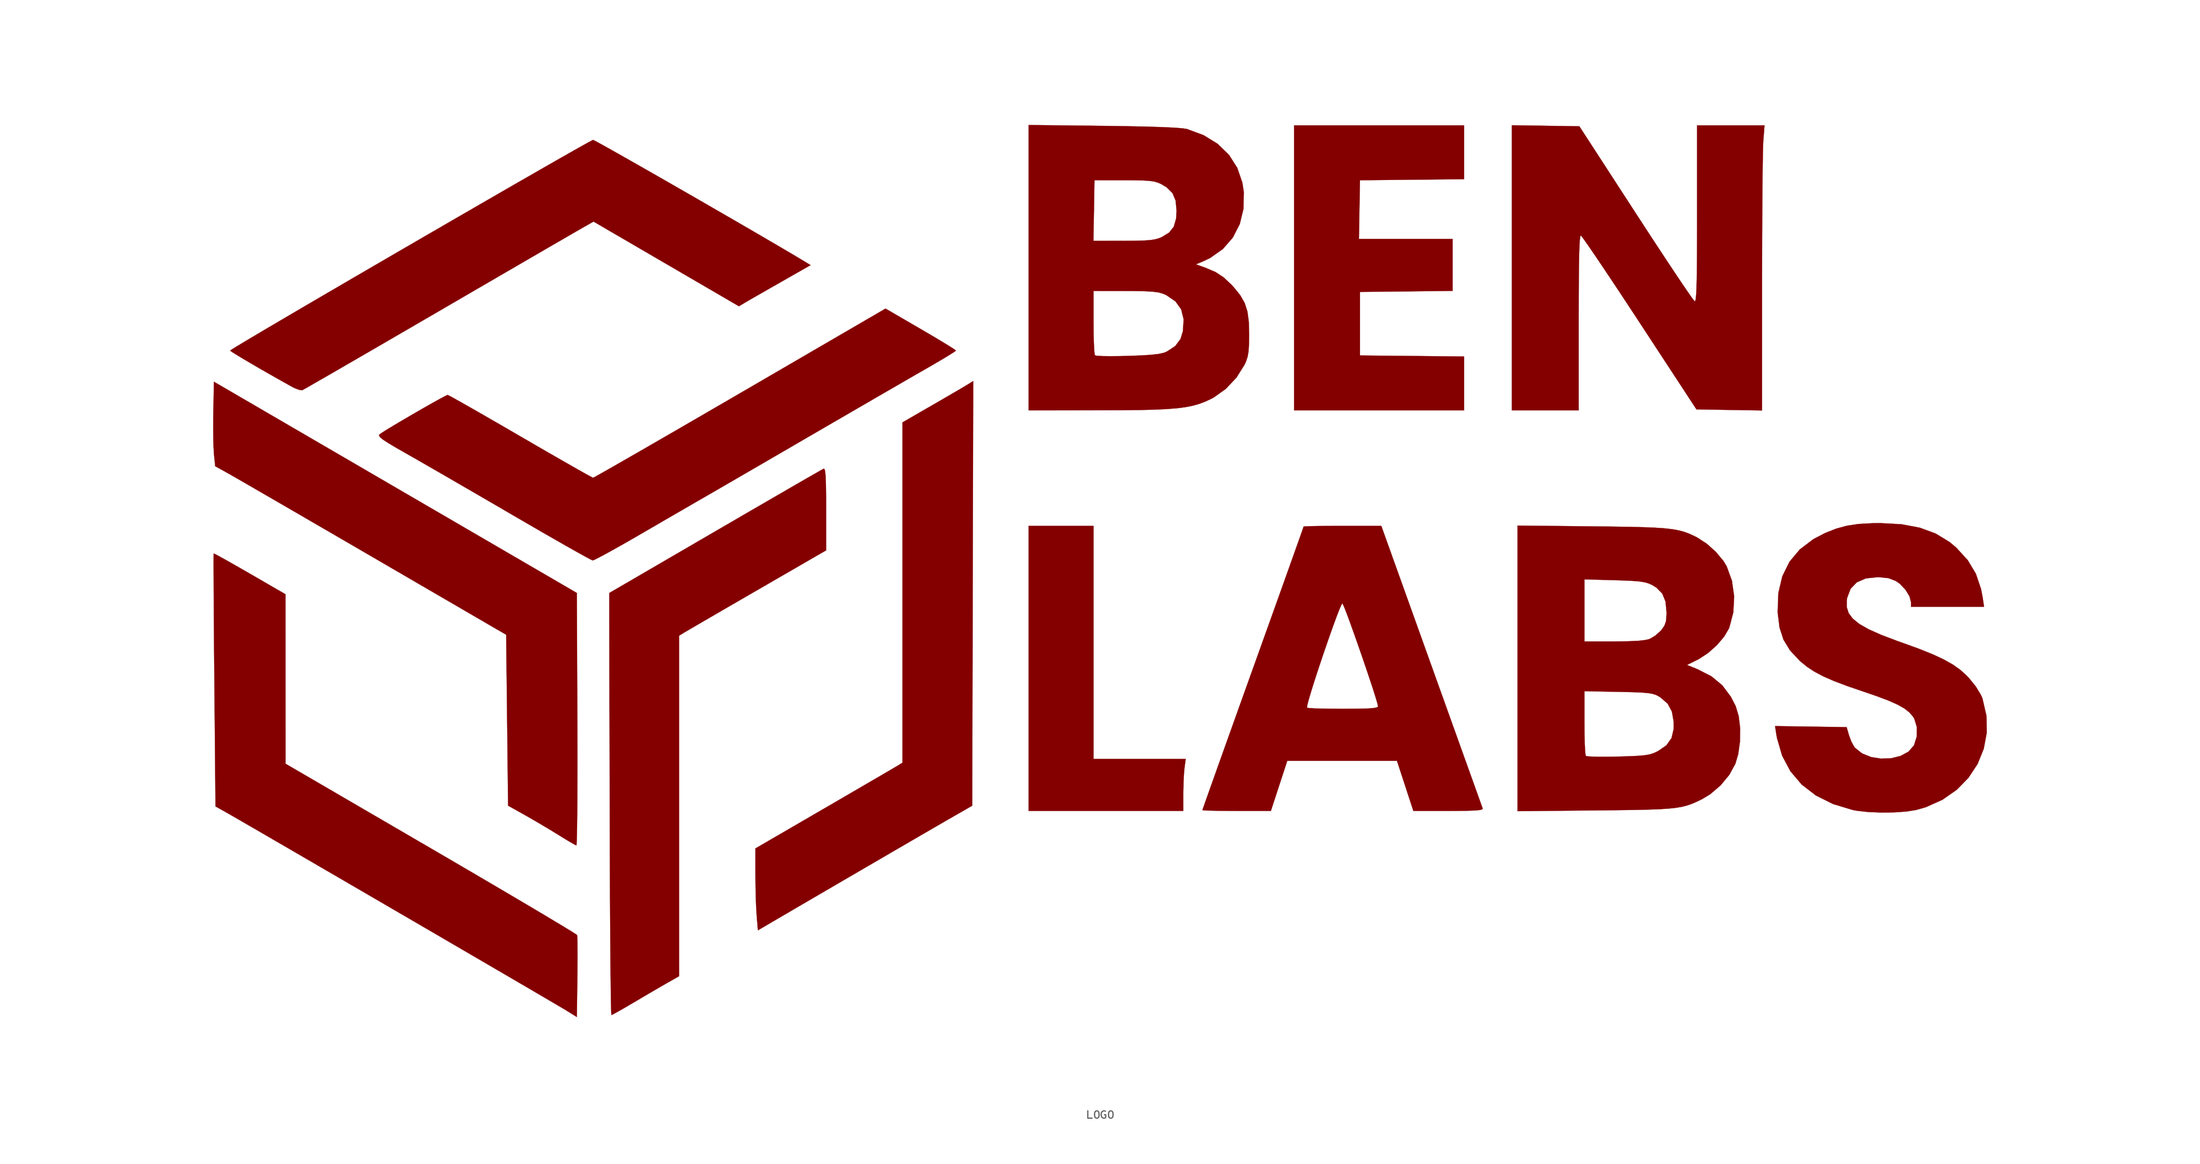
<source format=kicad_sym>
(kicad_symbol_lib
  (version 20220914)
  (generator bitmap2component)
  (symbol "LOGO"
    (pin_names
      (offset 1.016))
    (property "Reference" "#G"
      (at 0 92.785 0)
      (effects (font (size 1.27 1.27)) hide))
    (symbol "LOGO_0_0"
      (polyline (pts (xy -56.825 -51.51) (xy -56.821 -51.145) (xy -56.81 -49.824) (xy -56.808 -48.663) (xy -56.816 -47.73) (xy -56.831 -47.092) (xy -56.854 -46.816) (xy -57.007 -46.704) (xy -57.504 -46.389) (xy -58.322 -45.888) (xy -59.433 -45.219) (xy -60.811 -44.396) (xy -62.429 -43.436) (xy -64.26 -42.354) (xy -66.278 -41.166) (xy -68.457 -39.888) (xy -70.768 -38.535) (xy -73.187 -37.124) (xy -89.434 -27.661) (xy -89.437 -18.189) (xy -89.44 -8.718) (xy -93.428 -6.411) (xy -93.898 -6.139) (xy -95.026 -5.493) (xy -96.001 -4.941) (xy -96.769 -4.514) (xy -97.275 -4.242) (xy -97.467 -4.155) (xy -97.47 -4.194) (xy -97.475 -4.576) (xy -97.477 -5.338) (xy -97.474 -6.445) (xy -97.468 -7.861) (xy -97.459 -9.55) (xy -97.446 -11.476) (xy -97.43 -13.603) (xy -97.412 -15.897) (xy -97.391 -18.32) (xy -97.264 -32.433) (xy -96.177 -33.04) (xy -96.048 -33.113) (xy -95.479 -33.438) (xy -94.593 -33.949) (xy -93.421 -34.627) (xy -91.995 -35.454) (xy -90.345 -36.411) (xy -88.504 -37.481) (xy -86.501 -38.645) (xy -84.369 -39.885) (xy -82.138 -41.182) (xy -79.84 -42.52) (xy -77.506 -43.879) (xy -75.168 -45.241) (xy -72.855 -46.588) (xy -70.601 -47.903) (xy -68.435 -49.166) (xy -66.39 -50.359) (xy -64.496 -51.465) (xy -62.784 -52.466) (xy -61.286 -53.342) (xy -60.033 -54.076) (xy -59.057 -54.65) (xy -58.388 -55.045) (xy -58.057 -55.243) (xy -56.883 -55.975) (xy -56.825 -51.51)) (stroke (width 0.01) (type default)) (fill (type outline)))
      (polyline (pts (xy -52.995 -55.744) (xy -52.692 -55.591) (xy -52.111 -55.269) (xy -51.325 -54.818) (xy -50.404 -54.277) (xy -50.371 -54.257) (xy -49.316 -53.634) (xy -48.272 -53.022) (xy -47.357 -52.49) (xy -46.691 -52.108) (xy -45.464 -51.414) (xy -45.464 -32.385) (xy -45.464 -13.356) (xy -44.984 -13.057) (xy -44.897 -13.004) (xy -44.456 -12.745) (xy -43.706 -12.308) (xy -42.688 -11.715) (xy -41.444 -10.992) (xy -40.014 -10.163) (xy -38.441 -9.252) (xy -36.766 -8.283) (xy -29.029 -3.809) (xy -29.029 0.809) (xy -29.029 0.889) (xy -29.034 2.453) (xy -29.052 3.631) (xy -29.085 4.464) (xy -29.134 4.996) (xy -29.204 5.267) (xy -29.295 5.321) (xy -29.323 5.307) (xy -29.647 5.127) (xy -30.301 4.754) (xy -31.251 4.208) (xy -32.467 3.508) (xy -33.916 2.67) (xy -35.566 1.714) (xy -37.386 0.658) (xy -39.344 -0.479) (xy -41.408 -1.679) (xy -53.255 -8.573) (xy -53.252 -12.896) (xy -53.252 -13.48) (xy -53.25 -14.637) (xy -53.247 -16.156) (xy -53.243 -17.996) (xy -53.239 -20.116) (xy -53.233 -22.478) (xy -53.227 -25.04) (xy -53.221 -27.762) (xy -53.214 -30.604) (xy -53.206 -33.525) (xy -53.199 -36.486) (xy -53.19 -39.302) (xy -53.179 -42.016) (xy -53.165 -44.574) (xy -53.15 -46.945) (xy -53.134 -49.098) (xy -53.116 -51.004) (xy -53.097 -52.632) (xy -53.078 -53.951) (xy -53.058 -54.93) (xy -53.038 -55.541) (xy -53.019 -55.751) (xy -52.995 -55.744)) (stroke (width 0.01) (type default)) (fill (type outline)))
      (polyline (pts (xy -35.774 -45.769) (xy -35.037 -45.337) (xy -33.822 -44.626) (xy -32.376 -43.782) (xy -30.75 -42.832) (xy -28.994 -41.808) (xy -27.159 -40.738) (xy -25.293 -39.65) (xy -23.446 -38.575) (xy -21.67 -37.541) (xy -20.013 -36.577) (xy -18.526 -35.712) (xy -17.258 -34.976) (xy -16.26 -34.398) (xy -15.582 -34.006) (xy -12.7 -32.349) (xy -12.646 -8.615) (xy -12.591 15.119) (xy -13.073 14.81) (xy -13.381 14.623) (xy -14.004 14.255) (xy -14.864 13.752) (xy -15.893 13.153) (xy -17.022 12.5) (xy -20.491 10.497) (xy -20.491 -8.523) (xy -20.491 -27.543) (xy -20.971 -27.839) (xy -21.059 -27.892) (xy -21.5 -28.152) (xy -22.251 -28.592) (xy -23.269 -29.186) (xy -24.514 -29.912) (xy -25.943 -30.744) (xy -27.515 -31.659) (xy -29.189 -32.632) (xy -36.926 -37.127) (xy -36.926 -40.057) (xy -36.926 -40.068) (xy -36.915 -41.333) (xy -36.885 -42.615) (xy -36.841 -43.766) (xy -36.788 -44.635) (xy -36.65 -46.283) (xy -35.774 -45.769)) (stroke (width 0.01) (type default)) (fill (type outline)))
      (polyline (pts (xy -56.924 -36.756) (xy -56.898 -36.383) (xy -56.875 -35.63) (xy -56.856 -34.532) (xy -56.841 -33.125) (xy -56.829 -31.444) (xy -56.822 -29.524) (xy -56.819 -27.402) (xy -56.821 -25.113) (xy -56.828 -22.691) (xy -56.883 -8.574) (xy -77.16 3.232) (xy -97.438 15.039) (xy -97.504 11.663) (xy -97.512 11.159) (xy -97.518 9.868) (xy -97.506 8.657) (xy -97.477 7.642) (xy -97.433 6.941) (xy -97.297 5.594) (xy -96.031 4.896) (xy -95.933 4.841) (xy -95.424 4.551) (xy -94.587 4.07) (xy -93.454 3.416) (xy -92.053 2.606) (xy -90.418 1.658) (xy -88.576 0.591) (xy -86.561 -0.579) (xy -84.401 -1.833) (xy -82.128 -3.154) (xy -79.772 -4.524) (xy -64.781 -13.245) (xy -64.674 -22.797) (xy -64.567 -32.349) (xy -62.646 -33.424) (xy -62.342 -33.596) (xy -61.186 -34.265) (xy -59.969 -34.988) (xy -58.911 -35.636) (xy -58.394 -35.957) (xy -57.689 -36.382) (xy -57.174 -36.676) (xy -56.935 -36.791) (xy -56.924 -36.756)) (stroke (width 0.01) (type default)) (fill (type outline)))
      (polyline (pts (xy 90.35 -33.098) (xy 91.708 -33.001) (xy 92.798 -32.825) (xy 93.872 -32.515) (xy 95.718 -31.688) (xy 97.313 -30.579) (xy 98.63 -29.232) (xy 99.647 -27.688) (xy 100.336 -25.988) (xy 100.674 -24.176) (xy 100.635 -22.292) (xy 100.195 -20.38) (xy 100.03 -19.986) (xy 99.462 -19.044) (xy 98.662 -18.057) (xy 98.451 -17.834) (xy 97.733 -17.182) (xy 96.893 -16.582) (xy 95.873 -16.006) (xy 94.613 -15.421) (xy 93.055 -14.797) (xy 91.141 -14.103) (xy 90.689 -13.944) (xy 88.907 -13.269) (xy 87.504 -12.645) (xy 86.447 -12.047) (xy 85.703 -11.45) (xy 85.24 -10.828) (xy 85.026 -10.156) (xy 85.026 -9.409) (xy 85.073 -9.115) (xy 85.459 -8.099) (xy 86.159 -7.375) (xy 87.171 -6.943) (xy 88.495 -6.804) (xy 88.599 -6.805) (xy 89.697 -6.92) (xy 90.522 -7.238) (xy 90.964 -7.556) (xy 91.59 -8.217) (xy 92.037 -8.948) (xy 92.208 -9.611) (xy 92.208 -10.117) (xy 96.288 -10.117) (xy 100.368 -10.117) (xy 100.216 -9.095) (xy 100.036 -8.142) (xy 99.459 -6.428) (xy 98.552 -4.915) (xy 97.269 -3.508) (xy 96.517 -2.878) (xy 94.974 -1.937) (xy 93.198 -1.28) (xy 91.151 -0.894) (xy 88.793 -0.765) (xy 87.89 -0.774) (xy 86.358 -0.859) (xy 85.056 -1.053) (xy 83.857 -1.379) (xy 82.635 -1.858) (xy 81.288 -2.559) (xy 79.774 -3.71) (xy 78.62 -5.092) (xy 77.825 -6.707) (xy 77.386 -8.557) (xy 77.305 -10.644) (xy 77.313 -10.814) (xy 77.513 -12.438) (xy 77.953 -13.793) (xy 78.68 -14.986) (xy 79.742 -16.125) (xy 79.861 -16.234) (xy 80.598 -16.835) (xy 81.423 -17.378) (xy 82.401 -17.895) (xy 83.597 -18.417) (xy 85.078 -18.976) (xy 86.909 -19.605) (xy 88.4 -20.116) (xy 89.717 -20.614) (xy 90.723 -21.063) (xy 91.473 -21.491) (xy 92.023 -21.925) (xy 92.427 -22.394) (xy 92.572 -22.633) (xy 92.859 -23.565) (xy 92.853 -24.602) (xy 92.547 -25.578) (xy 92.525 -25.62) (xy 91.926 -26.306) (xy 91.053 -26.783) (xy 90.002 -27.047) (xy 88.87 -27.093) (xy 87.752 -26.916) (xy 86.746 -26.513) (xy 85.948 -25.878) (xy 85.856 -25.759) (xy 85.543 -25.188) (xy 85.284 -24.503) (xy 85.011 -23.57) (xy 81.013 -23.512) (xy 77.015 -23.453) (xy 77.156 -24.373) (xy 77.225 -24.777) (xy 77.801 -26.758) (xy 78.725 -28.498) (xy 79.988 -29.985) (xy 81.578 -31.211) (xy 83.485 -32.163) (xy 85.698 -32.831) (xy 86.159 -32.918) (xy 87.425 -33.057) (xy 88.872 -33.117) (xy 90.35 -33.098)) (stroke (width 0.01) (type default)) (fill (type outline)))
      (polyline (pts (xy 10.886 -31.027) (xy 10.887 -30.779) (xy 10.91 -29.759) (xy 10.958 -28.813) (xy 11.021 -28.121) (xy 11.157 -27.122) (xy 6.005 -27.122) (xy 0.854 -27.122) (xy 0.854 -14.099) (xy 0.854 -1.076) (xy -2.775 -1.076) (xy -6.403 -1.076) (xy -6.403 -17.005) (xy -6.403 -32.934) (xy 2.241 -32.934) (xy 10.886 -32.934) (xy 10.886 -31.027)) (stroke (width 0.01) (type default)) (fill (type outline)))
      (polyline (pts (xy 21.59 -30.136) (xy 22.506 -27.337) (xy 28.634 -27.337) (xy 34.762 -27.337) (xy 35.678 -30.136) (xy 36.594 -32.934) (xy 40.518 -32.934) (xy 41.37 -32.932) (xy 42.592 -32.918) (xy 43.456 -32.887) (xy 44.006 -32.837) (xy 44.288 -32.764) (xy 44.344 -32.665) (xy 44.338 -32.648) (xy 44.224 -32.33) (xy 43.978 -31.645) (xy 43.612 -30.625) (xy 43.137 -29.3) (xy 42.564 -27.704) (xy 41.904 -25.866) (xy 41.17 -23.819) (xy 40.372 -21.594) (xy 39.521 -19.222) (xy 38.63 -16.736) (xy 33.013 -1.076) (xy 28.673 -1.076) (xy 28.349 -1.077) (xy 27.072 -1.081) (xy 25.969 -1.093) (xy 25.102 -1.108) (xy 24.536 -1.128) (xy 24.333 -1.151) (xy 24.328 -1.166) (xy 24.223 -1.472) (xy 23.986 -2.143) (xy 23.628 -3.151) (xy 23.161 -4.462) (xy 22.596 -6.047) (xy 21.942 -7.875) (xy 21.213 -9.914) (xy 20.418 -12.134) (xy 19.569 -14.504) (xy 18.677 -16.993) (xy 18.45 -17.623) (xy 17.567 -20.086) (xy 17.096 -21.402) (xy 24.708 -21.402) (xy 24.735 -21.151) (xy 24.885 -20.565) (xy 25.137 -19.705) (xy 25.471 -18.634) (xy 25.866 -17.414) (xy 26.299 -16.107) (xy 26.751 -14.775) (xy 27.2 -13.48) (xy 27.624 -12.285) (xy 28.004 -11.252) (xy 28.318 -10.442) (xy 28.544 -9.918) (xy 28.663 -9.743) (xy 28.714 -9.819) (xy 28.897 -10.238) (xy 29.179 -10.965) (xy 29.539 -11.937) (xy 29.954 -13.091) (xy 30.404 -14.364) (xy 30.865 -15.691) (xy 31.316 -17.009) (xy 31.735 -18.256) (xy 32.1 -19.368) (xy 32.389 -20.28) (xy 32.579 -20.931) (xy 32.65 -21.256) (xy 32.636 -21.3) (xy 32.448 -21.389) (xy 32.009 -21.453) (xy 31.274 -21.495) (xy 30.201 -21.518) (xy 28.744 -21.525) (xy 27.544 -21.52) (xy 26.439 -21.502) (xy 25.552 -21.476) (xy 24.952 -21.442) (xy 24.71 -21.404) (xy 24.708 -21.402) (xy 17.096 -21.402) (xy 16.731 -22.422) (xy 15.951 -24.601) (xy 15.24 -26.591) (xy 14.607 -28.363) (xy 14.066 -29.884) (xy 13.625 -31.123) (xy 13.296 -32.051) (xy 13.091 -32.636) (xy 13.02 -32.847) (xy 13.192 -32.873) (xy 13.727 -32.897) (xy 14.56 -32.917) (xy 15.623 -32.929) (xy 16.847 -32.934) (xy 20.675 -32.934) (xy 21.59 -30.136)) (stroke (width 0.01) (type default)) (fill (type outline)))
      (polyline (pts (xy 56.937 -32.878) (xy 57.494 -32.872) (xy 59.681 -32.848) (xy 61.499 -32.821) (xy 62.993 -32.785) (xy 64.21 -32.736) (xy 65.196 -32.669) (xy 65.998 -32.579) (xy 66.663 -32.462) (xy 67.236 -32.311) (xy 67.764 -32.123) (xy 68.294 -31.892) (xy 68.871 -31.613) (xy 69.76 -31.078) (xy 70.928 -30.079) (xy 71.909 -28.895) (xy 72.585 -27.654) (xy 72.897 -26.59) (xy 73.094 -25.175) (xy 73.113 -23.71) (xy 72.952 -22.341) (xy 72.612 -21.214) (xy 72.074 -20.173) (xy 71.115 -18.89) (xy 69.912 -17.895) (xy 68.384 -17.111) (xy 67.177 -16.617) (xy 68.386 -16.02) (xy 68.517 -15.953) (xy 69.534 -15.283) (xy 70.509 -14.414) (xy 71.322 -13.464) (xy 71.855 -12.553) (xy 71.915 -12.402) (xy 72.351 -10.733) (xy 72.444 -8.959) (xy 72.196 -7.207) (xy 71.613 -5.601) (xy 71.254 -5.005) (xy 70.415 -3.995) (xy 69.394 -3.075) (xy 68.33 -2.382) (xy 67.906 -2.169) (xy 67.371 -1.928) (xy 66.828 -1.73) (xy 66.231 -1.571) (xy 65.533 -1.447) (xy 64.687 -1.351) (xy 63.647 -1.279) (xy 62.367 -1.225) (xy 60.799 -1.186) (xy 58.898 -1.156) (xy 56.616 -1.129) (xy 48.239 -1.042) (xy 48.239 -13.992) (xy 55.709 -13.992) (xy 55.709 -10.522) (xy 55.709 -7.052) (xy 59.071 -7.145) (xy 59.997 -7.173) (xy 61.083 -7.223) (xy 61.876 -7.288) (xy 62.454 -7.381) (xy 62.898 -7.511) (xy 63.287 -7.688) (xy 63.752 -7.973) (xy 64.41 -8.645) (xy 64.775 -9.537) (xy 64.887 -10.726) (xy 64.885 -11.019) (xy 64.826 -11.724) (xy 64.651 -12.231) (xy 64.31 -12.713) (xy 64.227 -12.808) (xy 63.641 -13.331) (xy 63.037 -13.698) (xy 62.552 -13.826) (xy 61.739 -13.92) (xy 60.576 -13.974) (xy 59.025 -13.992) (xy 55.709 -13.992) (xy 48.239 -13.992) (xy 48.239 -17.003) (xy 48.239 -19.553) (xy 55.709 -19.553) (xy 59.498 -19.625) (xy 59.879 -19.632) (xy 61.181 -19.664) (xy 62.143 -19.706) (xy 62.837 -19.766) (xy 63.333 -19.85) (xy 63.701 -19.968) (xy 64.011 -20.126) (xy 64.21 -20.25) (xy 65.012 -20.95) (xy 65.485 -21.825) (xy 65.687 -22.976) (xy 65.688 -23.756) (xy 65.445 -24.791) (xy 64.873 -25.599) (xy 63.936 -26.246) (xy 63.853 -26.289) (xy 63.441 -26.477) (xy 63.012 -26.613) (xy 62.483 -26.708) (xy 61.772 -26.774) (xy 60.798 -26.821) (xy 59.479 -26.862) (xy 58.704 -26.878) (xy 57.62 -26.885) (xy 56.736 -26.871) (xy 56.127 -26.838) (xy 55.869 -26.787) (xy 55.832 -26.65) (xy 55.783 -26.139) (xy 55.744 -25.323) (xy 55.719 -24.281) (xy 55.709 -23.087) (xy 55.709 -19.553) (xy 48.239 -19.553) (xy 48.239 -32.964) (xy 56.937 -32.878)) (stroke (width 0.01) (type default)) (fill (type outline)))
      (polyline (pts (xy -54.839 -4.826) (xy -54.255 -4.528) (xy -53.406 -4.069) (xy -52.343 -3.478) (xy -51.116 -2.783) (xy -49.776 -2.01) (xy -48.623 -1.34) (xy -47.143 -0.481) (xy -45.721 0.343) (xy -44.435 1.088) (xy -43.363 1.708) (xy -42.582 2.158) (xy -42.506 2.202) (xy -41.841 2.586) (xy -40.858 3.155) (xy -39.604 3.882) (xy -38.124 4.74) (xy -36.462 5.705) (xy -34.664 6.749) (xy -32.776 7.846) (xy -30.843 8.97) (xy -30.758 9.019) (xy -28.77 10.174) (xy -26.785 11.326) (xy -24.856 12.445) (xy -23.035 13.501) (xy -21.374 14.462) (xy -19.926 15.299) (xy -18.743 15.982) (xy -17.877 16.479) (xy -16.87 17.061) (xy -15.928 17.617) (xy -15.183 18.069) (xy -14.692 18.382) (xy -14.516 18.52) (xy -14.538 18.546) (xy -14.833 18.751) (xy -15.425 19.124) (xy -16.262 19.633) (xy -17.288 20.244) (xy -18.451 20.926) (xy -22.389 23.215) (xy -38.639 13.76) (xy -40.782 12.515) (xy -43.111 11.163) (xy -45.311 9.888) (xy -47.355 8.705) (xy -49.218 7.63) (xy -50.871 6.678) (xy -52.289 5.865) (xy -53.444 5.206) (xy -54.31 4.716) (xy -54.86 4.41) (xy -55.068 4.305) (xy -55.157 4.344) (xy -55.578 4.568) (xy -56.307 4.973) (xy -57.303 5.537) (xy -58.529 6.236) (xy -59.945 7.05) (xy -61.514 7.957) (xy -63.195 8.933) (xy -64.223 9.531) (xy -65.841 10.468) (xy -67.322 11.321) (xy -68.627 12.068) (xy -69.719 12.688) (xy -70.558 13.158) (xy -71.105 13.457) (xy -71.322 13.561) (xy -71.407 13.531) (xy -71.811 13.328) (xy -72.478 12.966) (xy -73.336 12.485) (xy -74.319 11.925) (xy -75.356 11.326) (xy -76.378 10.728) (xy -77.317 10.171) (xy -78.104 9.694) (xy -78.669 9.339) (xy -78.944 9.145) (xy -78.992 9.022) (xy -78.876 8.838) (xy -78.546 8.569) (xy -77.962 8.186) (xy -77.082 7.662) (xy -75.865 6.965) (xy -75.402 6.702) (xy -74.312 6.078) (xy -72.942 5.29) (xy -71.352 4.372) (xy -69.599 3.357) (xy -67.741 2.279) (xy -65.836 1.172) (xy -63.943 0.069) (xy -62.393 -0.833) (xy -60.738 -1.79) (xy -59.225 -2.659) (xy -57.892 -3.419) (xy -56.776 -4.048) (xy -55.915 -4.525) (xy -55.348 -4.828) (xy -55.112 -4.936) (xy -55.108 -4.936) (xy -54.839 -4.826)) (stroke (width 0.01) (type default)) (fill (type outline)))
      (polyline (pts (xy 1.441 11.847) (xy 1.589 11.847) (xy 3.973 11.855) (xy 5.979 11.877) (xy 7.655 11.918) (xy 9.045 11.983) (xy 10.197 12.075) (xy 11.157 12.201) (xy 11.971 12.364) (xy 12.685 12.569) (xy 13.347 12.821) (xy 14.003 13.126) (xy 14.286 13.275) (xy 15.646 14.246) (xy 16.834 15.508) (xy 17.736 16.945) (xy 17.899 17.305) (xy 18.072 17.826) (xy 18.176 18.429) (xy 18.227 19.228) (xy 18.242 20.341) (xy 18.206 21.726) (xy 18.054 22.881) (xy 17.749 23.835) (xy 17.254 24.703) (xy 16.533 25.597) (xy 16.303 25.849) (xy 15.406 26.696) (xy 14.494 27.297) (xy 13.401 27.765) (xy 12.296 28.157) (xy 13.138 28.511) (xy 13.892 28.873) (xy 15.316 29.879) (xy 16.425 31.153) (xy 17.197 32.659) (xy 17.611 34.362) (xy 17.647 36.225) (xy 17.489 37.287) (xy 16.919 38.946) (xy 15.991 40.401) (xy 14.728 41.627) (xy 13.153 42.598) (xy 11.288 43.289) (xy 11.263 43.295) (xy 10.717 43.373) (xy 9.755 43.443) (xy 8.39 43.504) (xy 6.63 43.557) (xy 4.488 43.602) (xy 1.974 43.637) (xy -6.403 43.731) (xy -6.403 30.781) (xy 0.843 30.781) (xy 0.902 34.172) (xy 0.961 37.562) (xy 4.269 37.561) (xy 5.279 37.557) (xy 6.318 37.538) (xy 7.071 37.494) (xy 7.618 37.417) (xy 8.04 37.298) (xy 8.417 37.131) (xy 9.025 36.768) (xy 9.681 36.116) (xy 10.032 35.272) (xy 10.135 34.14) (xy 10.082 33.274) (xy 9.822 32.37) (xy 9.3 31.707) (xy 8.468 31.199) (xy 8.251 31.107) (xy 7.815 30.972) (xy 7.273 30.881) (xy 6.545 30.824) (xy 5.551 30.796) (xy 4.21 30.786) (xy 0.843 30.781) (xy -6.403 30.781) (xy -6.403 27.785) (xy -6.403 25.185) (xy 0.854 25.185) (xy 4.429 25.18) (xy 5.466 25.175) (xy 6.586 25.155) (xy 7.41 25.111) (xy 8.013 25.039) (xy 8.47 24.93) (xy 8.858 24.778) (xy 8.995 24.712) (xy 10.009 24.017) (xy 10.65 23.123) (xy 10.925 22.015) (xy 10.841 20.677) (xy 10.575 19.82) (xy 9.974 19.014) (xy 9.014 18.391) (xy 8.666 18.262) (xy 8.095 18.141) (xy 7.289 18.049) (xy 6.185 17.979) (xy 4.718 17.923) (xy 3.858 17.902) (xy 2.767 17.891) (xy 1.88 17.902) (xy 1.271 17.933) (xy 1.014 17.984) (xy 0.977 18.117) (xy 0.928 18.625) (xy 0.889 19.438) (xy 0.863 20.477) (xy 0.854 21.669) (xy 0.854 25.185) (xy -6.403 25.185) (xy -6.403 11.839) (xy 1.441 11.847)) (stroke (width 0.01) (type default)) (fill (type outline)))
      (polyline (pts (xy 42.262 14.849) (xy 42.262 17.859) (xy 36.446 17.916) (xy 30.629 17.974) (xy 30.629 21.525) (xy 30.629 25.077) (xy 35.806 25.135) (xy 40.981 25.192) (xy 40.981 28.095) (xy 40.981 30.997) (xy 35.746 30.997) (xy 30.512 30.997) (xy 30.57 34.279) (xy 30.629 37.562) (xy 36.446 37.619) (xy 42.262 37.676) (xy 42.262 40.687) (xy 42.262 43.697) (xy 32.764 43.697) (xy 23.266 43.697) (xy 23.266 27.768) (xy 23.266 11.839) (xy 32.764 11.839) (xy 42.262 11.839) (xy 42.262 14.849)) (stroke (width 0.01) (type default)) (fill (type outline)))
      (polyline (pts (xy 75.561 25.987) (xy 75.561 26.716) (xy 75.565 29.182) (xy 75.572 31.551) (xy 75.583 33.781) (xy 75.597 35.832) (xy 75.613 37.66) (xy 75.632 39.225) (xy 75.653 40.485) (xy 75.675 41.397) (xy 75.699 41.921) (xy 75.836 43.697) (xy 72.07 43.697) (xy 68.302 43.697) (xy 68.302 33.802) (xy 68.3 31.424) (xy 68.293 29.415) (xy 68.28 27.776) (xy 68.261 26.477) (xy 68.234 25.488) (xy 68.199 24.778) (xy 68.155 24.317) (xy 68.101 24.075) (xy 68.036 24.021) (xy 67.978 24.081) (xy 67.702 24.452) (xy 67.228 25.133) (xy 66.576 26.091) (xy 65.771 27.292) (xy 64.835 28.703) (xy 63.789 30.291) (xy 62.656 32.022) (xy 61.458 33.862) (xy 55.148 43.589) (xy 51.373 43.648) (xy 47.598 43.707) (xy 47.598 27.773) (xy 47.598 11.839) (xy 51.334 11.839) (xy 55.069 11.839) (xy 55.069 21.651) (xy 55.069 22.034) (xy 55.073 24.442) (xy 55.083 26.448) (xy 55.1 28.075) (xy 55.125 29.348) (xy 55.158 30.29) (xy 55.2 30.927) (xy 55.252 31.283) (xy 55.313 31.381) (xy 55.368 31.326) (xy 55.639 30.965) (xy 56.111 30.294) (xy 56.761 29.346) (xy 57.567 28.155) (xy 58.505 26.754) (xy 59.554 25.176) (xy 60.691 23.454) (xy 61.894 21.623) (xy 68.23 11.947) (xy 71.895 11.888) (xy 75.56 11.829) (xy 75.561 25.987)) (stroke (width 0.01) (type default)) (fill (type outline)))
      (polyline (pts (xy -87.544 14.102) (xy -87.218 14.284) (xy -86.559 14.66) (xy -85.596 15.213) (xy -84.358 15.927) (xy -82.872 16.786) (xy -81.168 17.773) (xy -79.274 18.87) (xy -77.219 20.064) (xy -75.031 21.335) (xy -72.738 22.668) (xy -72.285 22.932) (xy -69.965 24.282) (xy -67.726 25.583) (xy -65.601 26.819) (xy -63.621 27.969) (xy -61.819 29.016) (xy -60.226 29.941) (xy -58.875 30.724) (xy -57.798 31.348) (xy -57.026 31.794) (xy -56.592 32.044) (xy -55.02 32.94) (xy -46.896 28.207) (xy -38.772 23.474) (xy -38.116 23.866) (xy -37.813 24.043) (xy -37.165 24.417) (xy -36.283 24.923) (xy -35.24 25.52) (xy -34.111 26.163) (xy -30.763 28.069) (xy -31.337 28.419) (xy -31.894 28.756) (xy -32.89 29.349) (xy -34.121 30.074) (xy -35.549 30.91) (xy -37.136 31.835) (xy -38.845 32.827) (xy -40.638 33.864) (xy -42.476 34.926) (xy -44.322 35.989) (xy -46.139 37.033) (xy -47.888 38.035) (xy -49.532 38.974) (xy -51.032 39.828) (xy -52.352 40.576) (xy -53.454 41.196) (xy -54.299 41.665) (xy -54.85 41.962) (xy -55.069 42.066) (xy -55.137 42.039) (xy -55.532 41.831) (xy -56.252 41.432) (xy -57.267 40.861) (xy -58.547 40.134) (xy -60.065 39.267) (xy -61.79 38.277) (xy -63.695 37.182) (xy -65.75 35.998) (xy -67.926 34.741) (xy -70.195 33.429) (xy -72.527 32.078) (xy -74.894 30.705) (xy -77.266 29.328) (xy -79.614 27.962) (xy -81.91 26.624) (xy -84.125 25.332) (xy -86.23 24.103) (xy -88.195 22.952) (xy -89.992 21.897) (xy -91.592 20.954) (xy -92.966 20.141) (xy -94.085 19.475) (xy -94.921 18.971) (xy -95.443 18.647) (xy -95.624 18.52) (xy -95.464 18.394) (xy -94.987 18.091) (xy -94.25 17.645) (xy -93.312 17.09) (xy -92.231 16.462) (xy -91.066 15.794) (xy -89.874 15.12) (xy -88.714 14.474) (xy -88.436 14.332) (xy -87.902 14.124) (xy -87.572 14.088) (xy -87.544 14.102)) (stroke (width 0.01) (type default)) (fill (type outline))))))
</source>
